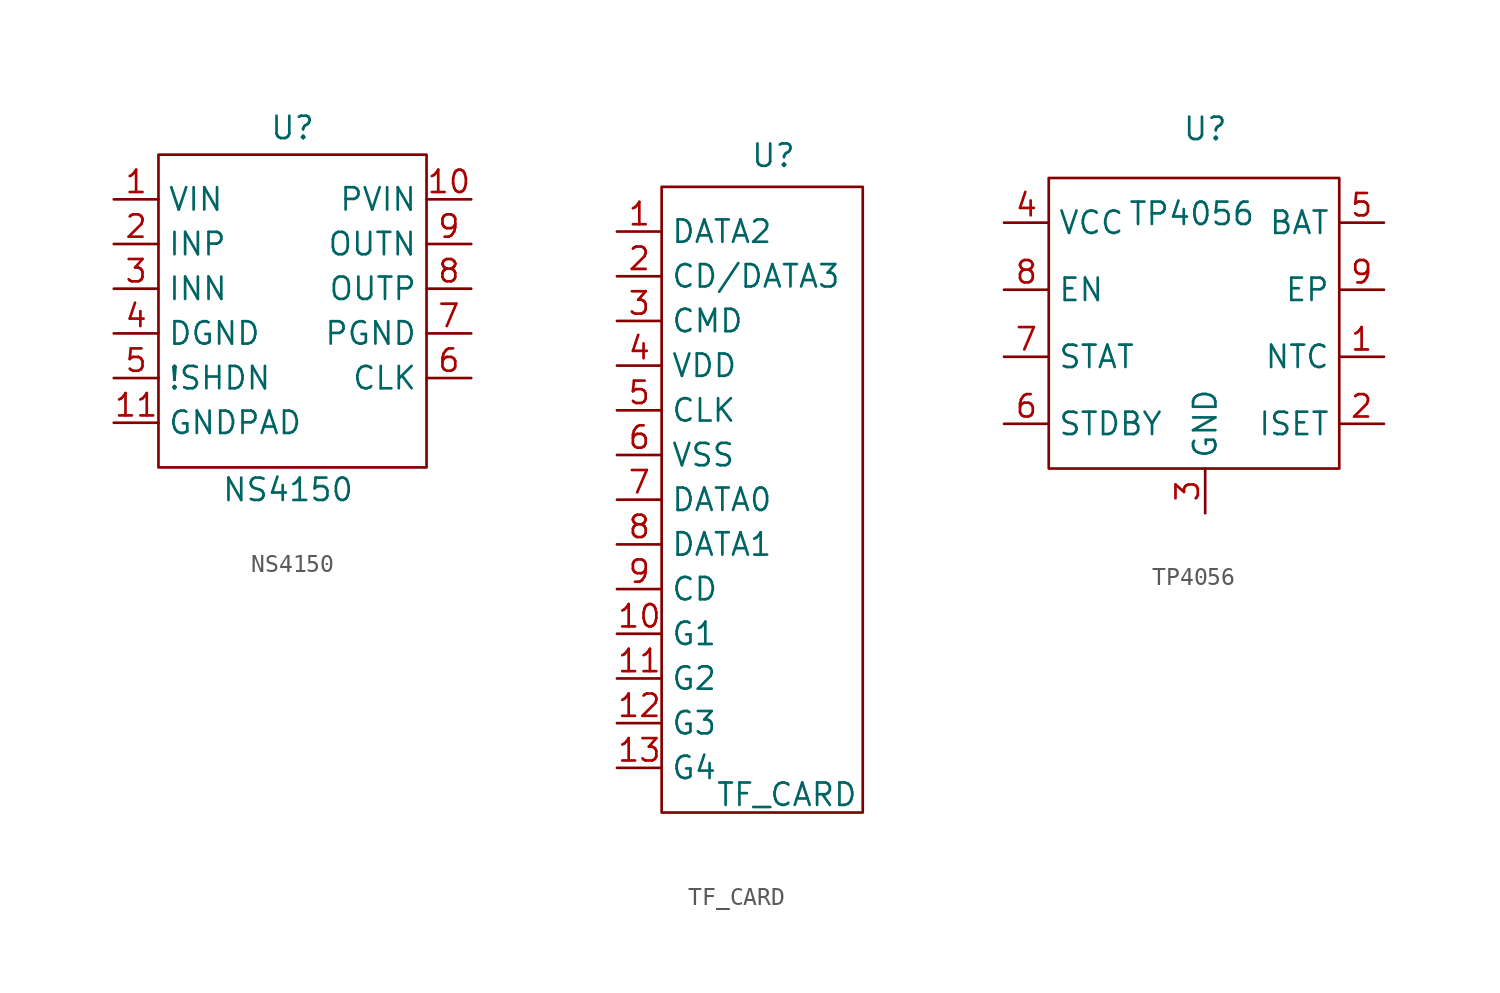
<source format=kicad_sym>
(kicad_symbol_lib
  (version 20231120)
  (generator "kicad_symbol_editor")
  (generator_version "8.0")
  (symbol "NS4150"
    (property "Reference" "U"
      (at 0 7.874 0)
      (effects (font (size 1.27 1.27))))
    (property "Value" "NS4150"
      (at -0.254 -12.7 0)
      (effects (font (size 1.27 1.27))))
    (symbol "NS4150_0_1"
      (rectangle (start -7.62 6.35) (end 7.62 -11.43) (stroke (width 0) (type default)) (fill (type none))))
    (symbol "NS4150_1_1"
      (pin input line (at -10.16 3.81 0) (length 2.54) (name "VIN" (effects (font (size 1.27 1.27)))) (number "1" (effects (font (size 1.27 1.27)))))
      (pin input line (at 10.16 3.81 180) (length 2.54) (name "PVIN" (effects (font (size 1.27 1.27)))) (number "10" (effects (font (size 1.27 1.27)))))
      (pin input line (at -10.16 -8.89 0) (length 2.54) (name "GNDPAD" (effects (font (size 1.27 1.27)))) (number "11" (effects (font (size 1.27 1.27)))))
      (pin input line (at -10.16 1.27 0) (length 2.54) (name "INP" (effects (font (size 1.27 1.27)))) (number "2" (effects (font (size 1.27 1.27)))))
      (pin input line (at -10.16 -1.27 0) (length 2.54) (name "INN" (effects (font (size 1.27 1.27)))) (number "3" (effects (font (size 1.27 1.27)))))
      (pin input line (at -10.16 -3.81 0) (length 2.54) (name "DGND" (effects (font (size 1.27 1.27)))) (number "4" (effects (font (size 1.27 1.27)))))
      (pin input line (at -10.16 -6.35 0) (length 2.54) (name "!SHDN" (effects (font (size 1.27 1.27)))) (number "5" (effects (font (size 1.27 1.27)))))
      (pin input line (at 10.16 -6.35 180) (length 2.54) (name "CLK" (effects (font (size 1.27 1.27)))) (number "6" (effects (font (size 1.27 1.27)))))
      (pin input line (at 10.16 -3.81 180) (length 2.54) (name "PGND" (effects (font (size 1.27 1.27)))) (number "7" (effects (font (size 1.27 1.27)))))
      (pin input line (at 10.16 -1.27 180) (length 2.54) (name "OUTP" (effects (font (size 1.27 1.27)))) (number "8" (effects (font (size 1.27 1.27)))))
      (pin input line (at 10.16 1.27 180) (length 2.54) (name "OUTN" (effects (font (size 1.27 1.27)))) (number "9" (effects (font (size 1.27 1.27)))))))
  (symbol "TF_CARD"
    (property "Reference" "U"
      (at 0 5.588 0)
      (effects (font (size 1.27 1.27))))
    (property "Value" "TF_CARD"
      (at 0.762 -30.734 0)
      (effects (font (size 1.27 1.27))))
    (symbol "TF_CARD_0_1"
      (rectangle (start -6.35 3.81) (end 5.08 -31.75) (stroke (width 0) (type default)) (fill (type none))))
    (symbol "TF_CARD_1_1"
      (pin input line (at -8.89 1.27 0) (length 2.54) (name "DATA2" (effects (font (size 1.27 1.27)))) (number "1" (effects (font (size 1.27 1.27)))))
      (pin input line (at -8.89 -21.59 0) (length 2.54) (name "G1" (effects (font (size 1.27 1.27)))) (number "10" (effects (font (size 1.27 1.27)))))
      (pin input line (at -8.89 -24.13 0) (length 2.54) (name "G2" (effects (font (size 1.27 1.27)))) (number "11" (effects (font (size 1.27 1.27)))))
      (pin input line (at -8.89 -26.67 0) (length 2.54) (name "G3" (effects (font (size 1.27 1.27)))) (number "12" (effects (font (size 1.27 1.27)))))
      (pin input line (at -8.89 -29.21 0) (length 2.54) (name "G4" (effects (font (size 1.27 1.27)))) (number "13" (effects (font (size 1.27 1.27)))))
      (pin input line (at -8.89 -1.27 0) (length 2.54) (name "CD/DATA3" (effects (font (size 1.27 1.27)))) (number "2" (effects (font (size 1.27 1.27)))))
      (pin input line (at -8.89 -3.81 0) (length 2.54) (name "CMD" (effects (font (size 1.27 1.27)))) (number "3" (effects (font (size 1.27 1.27)))))
      (pin input line (at -8.89 -6.35 0) (length 2.54) (name "VDD" (effects (font (size 1.27 1.27)))) (number "4" (effects (font (size 1.27 1.27)))))
      (pin input line (at -8.89 -8.89 0) (length 2.54) (name "CLK" (effects (font (size 1.27 1.27)))) (number "5" (effects (font (size 1.27 1.27)))))
      (pin input line (at -8.89 -11.43 0) (length 2.54) (name "VSS" (effects (font (size 1.27 1.27)))) (number "6" (effects (font (size 1.27 1.27)))))
      (pin input line (at -8.89 -13.97 0) (length 2.54) (name "DATA0" (effects (font (size 1.27 1.27)))) (number "7" (effects (font (size 1.27 1.27)))))
      (pin input line (at -8.89 -16.51 0) (length 2.54) (name "DATA1" (effects (font (size 1.27 1.27)))) (number "8" (effects (font (size 1.27 1.27)))))
      (pin input line (at -8.89 -19.05 0) (length 2.54) (name "CD" (effects (font (size 1.27 1.27)))) (number "9" (effects (font (size 1.27 1.27)))))))
  (symbol "TP4056"
    (property "Reference" "U"
      (at 0 10.414 0)
      (effects (font (size 1.27 1.27))))
    (property "Value" "TP4056"
      (at -0.762 5.588 0)
      (effects (font (size 1.27 1.27))))
    (symbol "TP4056_0_1"
      (rectangle (start -8.89 7.62) (end 7.62 -8.89) (stroke (width 0) (type default)) (fill (type none))))
    (symbol "TP4056_1_1"
      (pin input line (at 10.16 -2.54 180) (length 2.54) (name "NTC" (effects (font (size 1.27 1.27)))) (number "1" (effects (font (size 1.27 1.27)))))
      (pin input line (at 10.16 -6.35 180) (length 2.54) (name "ISET" (effects (font (size 1.27 1.27)))) (number "2" (effects (font (size 1.27 1.27)))))
      (pin input line (at 0 -11.43 90) (length 2.54) (name "GND" (effects (font (size 1.27 1.27)))) (number "3" (effects (font (size 1.27 1.27)))))
      (pin input line (at -11.43 5.08 0) (length 2.54) (name "VCC" (effects (font (size 1.27 1.27)))) (number "4" (effects (font (size 1.27 1.27)))))
      (pin input line (at 10.16 5.08 180) (length 2.54) (name "BAT" (effects (font (size 1.27 1.27)))) (number "5" (effects (font (size 1.27 1.27)))))
      (pin input line (at -11.43 -6.35 0) (length 2.54) (name "STDBY" (effects (font (size 1.27 1.27)))) (number "6" (effects (font (size 1.27 1.27)))))
      (pin input line (at -11.43 -2.54 0) (length 2.54) (name "STAT" (effects (font (size 1.27 1.27)))) (number "7" (effects (font (size 1.27 1.27)))))
      (pin input line (at -11.43 1.27 0) (length 2.54) (name "EN" (effects (font (size 1.27 1.27)))) (number "8" (effects (font (size 1.27 1.27)))))
      (pin input line (at 10.16 1.27 180) (length 2.54) (name "EP" (effects (font (size 1.27 1.27)))) (number "9" (effects (font (size 1.27 1.27))))))))
</source>
